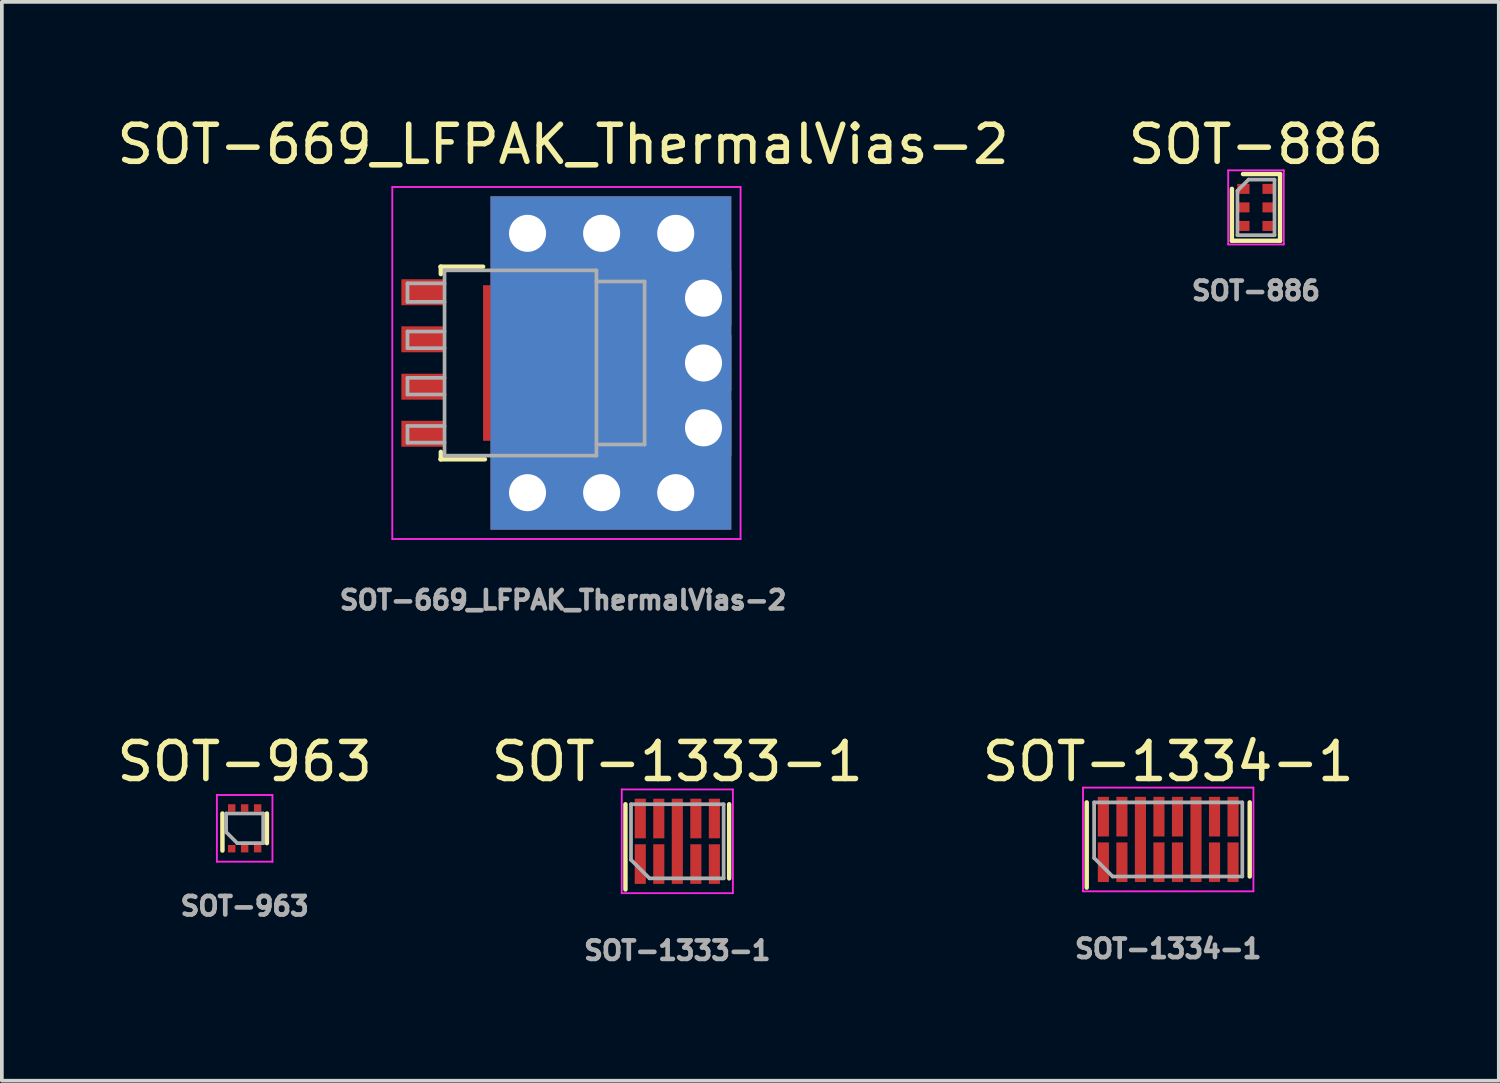
<source format=kicad_pcb>
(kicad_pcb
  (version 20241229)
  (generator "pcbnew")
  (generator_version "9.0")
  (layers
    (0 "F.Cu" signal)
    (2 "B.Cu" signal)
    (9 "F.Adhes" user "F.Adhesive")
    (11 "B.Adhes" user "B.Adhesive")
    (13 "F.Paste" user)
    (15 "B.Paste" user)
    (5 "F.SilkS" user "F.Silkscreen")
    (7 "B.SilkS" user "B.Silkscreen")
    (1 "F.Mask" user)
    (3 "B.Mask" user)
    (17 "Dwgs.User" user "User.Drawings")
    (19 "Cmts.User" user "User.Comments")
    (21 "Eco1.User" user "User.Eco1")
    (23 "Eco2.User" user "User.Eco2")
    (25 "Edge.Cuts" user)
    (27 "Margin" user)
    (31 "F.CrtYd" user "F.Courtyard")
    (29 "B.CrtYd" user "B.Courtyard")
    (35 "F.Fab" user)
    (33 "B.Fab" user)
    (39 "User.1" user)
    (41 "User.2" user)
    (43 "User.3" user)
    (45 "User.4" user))
  (footprint "SOT-669_LFPAK_ThermalVias-2"
    (layer "F.Cu")
    (at 11.219 6.748)
    (property "Reference" "SOT-669_LFPAK_ThermalVias-2" (at 0.93 -5.9 0) (layer "F.SilkS") (effects (font (size 1 1) (thickness 0.15))))
    (attr smd)
    (fp_line (start -2.38 -2.6) (end -1.23 -2.6) (stroke (width 0.12) (type solid)) (layer "F.SilkS"))
    (fp_line (start -2.38 2.6) (end -1.18 2.6) (stroke (width 0.12) (type solid)) (layer "F.SilkS"))
    (fp_line (start -2.37 -2.6) (end -2.37 -2.4) (stroke (width 0.12) (type solid)) (layer "F.SilkS"))
    (fp_line (start -2.37 2.4) (end -2.37 2.6) (stroke (width 0.12) (type solid)) (layer "F.SilkS"))
    (fp_line (start -3.68 4.75) (end -3.68 -4.75) (stroke (width 0.05) (type solid)) (layer "F.CrtYd"))
    (fp_line (start -3.68 4.75) (end 5.72 4.75) (stroke (width 0.05) (type solid)) (layer "F.CrtYd"))
    (fp_line (start 5.72 -4.75) (end -3.68 -4.75) (stroke (width 0.05) (type solid)) (layer "F.CrtYd"))
    (fp_line (start 5.72 -4.75) (end 5.72 4.75) (stroke (width 0.05) (type solid)) (layer "F.CrtYd"))
    (fp_line (start -3.27 -2.15) (end -3.27 -1.65) (stroke (width 0.1) (type solid)) (layer "F.Fab"))
    (fp_line (start -3.27 -2.15) (end -2.27 -2.15) (stroke (width 0.1) (type solid)) (layer "F.Fab"))
    (fp_line (start -3.27 -1.65) (end -2.27 -1.65) (stroke (width 0.1) (type solid)) (layer "F.Fab"))
    (fp_line (start -3.27 -0.85) (end -3.27 -0.4) (stroke (width 0.1) (type solid)) (layer "F.Fab"))
    (fp_line (start -3.27 -0.4) (end -2.27 -0.4) (stroke (width 0.1) (type solid)) (layer "F.Fab"))
    (fp_line (start -3.27 0.4) (end -3.27 0.85) (stroke (width 0.1) (type solid)) (layer "F.Fab"))
    (fp_line (start -3.27 0.85) (end -2.27 0.85) (stroke (width 0.1) (type solid)) (layer "F.Fab"))
    (fp_line (start -3.27 1.7) (end -3.27 2.15) (stroke (width 0.1) (type solid)) (layer "F.Fab"))
    (fp_line (start -3.27 2.15) (end -2.27 2.15) (stroke (width 0.1) (type solid)) (layer "F.Fab"))
    (fp_line (start -2.27 -2.5) (end -2.27 2.5) (stroke (width 0.1) (type solid)) (layer "F.Fab"))
    (fp_line (start -2.27 -0.85) (end -3.27 -0.85) (stroke (width 0.1) (type solid)) (layer "F.Fab"))
    (fp_line (start -2.27 0.4) (end -3.27 0.4) (stroke (width 0.1) (type solid)) (layer "F.Fab"))
    (fp_line (start -2.27 1.7) (end -3.27 1.7) (stroke (width 0.1) (type solid)) (layer "F.Fab"))
    (fp_line (start -2.27 2.5) (end 1.83 2.5) (stroke (width 0.1) (type solid)) (layer "F.Fab"))
    (fp_line (start 1.83 -2.5) (end -2.27 -2.5) (stroke (width 0.1) (type solid)) (layer "F.Fab"))
    (fp_line (start 1.83 2.5) (end 1.83 -2.5) (stroke (width 0.1) (type solid)) (layer "F.Fab"))
    (fp_line (start 3.13 -2.2) (end 1.83 -2.2) (stroke (width 0.1) (type solid)) (layer "F.Fab"))
    (fp_line (start 3.13 -2.2) (end 3.13 2.2) (stroke (width 0.1) (type solid)) (layer "F.Fab"))
    (fp_line (start 3.13 2.2) (end 1.83 2.2) (stroke (width 0.1) (type solid)) (layer "F.Fab"))
    (fp_text user "${REFERENCE}" (at 0.93 6.4 0) (layer "F.Fab") (effects (font (size 0.5 0.5) (thickness 0.125))))
    (pad "1" smd rect (at -2.86 -1.91 270) (size 0.7 1.15) (layers "F.Cu" "F.Mask" "F.Paste"))
    (pad "2" smd rect (at -2.86 -0.64 270) (size 0.7 1.15) (layers "F.Cu" "F.Mask" "F.Paste"))
    (pad "3" smd rect (at -2.86 0.64 270) (size 0.7 1.15) (layers "F.Cu" "F.Mask" "F.Paste"))
    (pad "4" smd rect (at -2.86 1.91 270) (size 0.7 1.15) (layers "F.Cu" "F.Mask" "F.Paste"))
    (pad "5" smd rect (at -0.68 -1.15) (size 0.6 0.9) (layers "F.Cu" "F.Mask" "F.Paste"))
    (pad "5" smd rect (at -0.68 0) (size 0.6 0.9) (layers "F.Cu" "F.Mask" "F.Paste"))
    (pad "5" smd rect (at -0.68 1.15) (size 0.6 0.9) (layers "F.Cu" "F.Mask" "F.Paste"))
    (pad "5" thru_hole rect (at -0.03 -3.5 270) (size 1.5 1.5) (drill 1) (layers "*.Cu" "*.Mask"))
    (pad "5" thru_hole rect (at -0.03 3.5 270) (size 1.5 1.5) (drill 1) (layers "*.Cu" "*.Mask"))
    (pad "5" smd rect (at 0.17 -1.15) (size 0.6 0.9) (layers "F.Cu" "F.Mask" "F.Paste"))
    (pad "5" smd rect (at 0.17 0) (size 0.6 0.9) (layers "F.Cu" "F.Mask" "F.Paste"))
    (pad "5" smd rect (at 0.17 1.15) (size 0.6 0.9) (layers "F.Cu" "F.Mask" "F.Paste"))
    (pad "5" smd rect (at 0.42 0 270) (size 4.2 3.3) (layers "F.Cu" "F.Mask" "F.Paste"))
    (pad "5" smd rect (at 1.02 -1.15) (size 0.6 0.9) (layers "F.Cu" "F.Mask" "F.Paste"))
    (pad "5" smd rect (at 1.02 0) (size 0.6 0.9) (layers "F.Cu" "F.Mask" "F.Paste"))
    (pad "5" smd rect (at 1.02 1.15) (size 0.6 0.9) (layers "F.Cu" "F.Mask" "F.Paste"))
    (pad "5" thru_hole rect (at 1.97 -3.5 270) (size 1.5 1.5) (drill 1) (layers "*.Cu" "*.Mask"))
    (pad "5" thru_hole rect (at 1.97 3.5 270) (size 1.5 1.5) (drill 1) (layers "*.Cu" "*.Mask"))
    (pad "5" smd rect (at 2.22 0 270) (size 9 6.5) (layers "F.Cu" "F.Mask" "F.Paste"))
    (pad "5" smd rect (at 2.22 0 270) (size 9 6.5) (layers "B.Cu" "B.Mask" "B.Paste"))
    (pad "5" smd rect (at 2.62 0 270) (size 4.7 1.55) (layers "F.Cu" "F.Mask" "F.Paste"))
    (pad "5" smd rect (at 2.87 -1.88 270) (size 0.6 0.9) (layers "F.Cu" "F.Mask" "F.Paste"))
    (pad "5" smd rect (at 2.87 -0.6 270) (size 0.6 0.9) (layers "F.Cu" "F.Mask" "F.Paste"))
    (pad "5" smd rect (at 2.87 0.6 270) (size 0.6 0.9) (layers "F.Cu" "F.Mask" "F.Paste"))
    (pad "5" smd rect (at 2.87 1.88 270) (size 0.6 0.9) (layers "F.Cu" "F.Mask" "F.Paste"))
    (pad "5" thru_hole rect (at 3.97 -3.5 270) (size 1.5 1.5) (drill 1) (layers "*.Cu" "*.Mask"))
    (pad "5" thru_hole rect (at 3.97 3.5 270) (size 1.5 1.5) (drill 1) (layers "*.Cu" "*.Mask"))
    (pad "5" thru_hole rect (at 4.72 -1.75 270) (size 1.5 1.5) (drill 1) (layers "*.Cu" "*.Mask"))
    (pad "5" thru_hole rect (at 4.72 0 270) (size 1.5 1.5) (drill 1) (layers "*.Cu" "*.Mask"))
    (pad "5" thru_hole rect (at 4.72 1.75 270) (size 1.5 1.5) (drill 1) (layers "*.Cu" "*.Mask")))
  (footprint "SOT-1334-1"
    (layer "F.Cu")
    (at 28.482 19.608)
    (property "Reference" "SOT-1334-1" (at 0 -2.1 0) (layer "F.SilkS") (effects (font (size 1 1) (thickness 0.15))))
    (attr smd)
    (fp_line (start -2.2 -1) (end -2.2 1.3) (stroke (width 0.12) (type solid)) (layer "F.SilkS"))
    (fp_line (start 2.2 -1) (end 2.2 1) (stroke (width 0.12) (type solid)) (layer "F.SilkS"))
    (fp_line (start -2.3 -1.4) (end 2.3 -1.4) (stroke (width 0.05) (type solid)) (layer "F.CrtYd"))
    (fp_line (start -2.3 1.4) (end -2.3 -1.4) (stroke (width 0.05) (type solid)) (layer "F.CrtYd"))
    (fp_line (start 2.3 -1.4) (end 2.3 1.4) (stroke (width 0.05) (type solid)) (layer "F.CrtYd"))
    (fp_line (start 2.3 1.4) (end -2.3 1.4) (stroke (width 0.05) (type solid)) (layer "F.CrtYd"))
    (fp_line (start -2 -1) (end 2 -1) (stroke (width 0.1) (type solid)) (layer "F.Fab"))
    (fp_line (start -2 0.5) (end -2 -1) (stroke (width 0.1) (type solid)) (layer "F.Fab"))
    (fp_line (start -1.5 1) (end -2 0.5) (stroke (width 0.1) (type solid)) (layer "F.Fab"))
    (fp_line (start 2 -1) (end 2 1) (stroke (width 0.1) (type solid)) (layer "F.Fab"))
    (fp_line (start 2 1) (end -1.5 1) (stroke (width 0.1) (type solid)) (layer "F.Fab"))
    (fp_text user "${REFERENCE}" (at 0 2.95 0) (layer "F.Fab") (effects (font (size 0.5 0.5) (thickness 0.125))))
    (pad "1" smd rect (at -1.75 0.615) (size 0.3 1.07) (layers "F.Cu" "F.Mask" "F.Paste"))
    (pad "2" smd rect (at -1.25 0.615) (size 0.3 1.07) (layers "F.Cu" "F.Mask" "F.Paste"))
    (pad "3" smd rect (at -0.75 0) (size 0.3 2.3) (layers "F.Cu" "F.Mask" "F.Paste"))
    (pad "4" smd rect (at -0.25 0.615) (size 0.3 1.07) (layers "F.Cu" "F.Mask" "F.Paste"))
    (pad "5" smd rect (at 0.25 0.615) (size 0.3 1.07) (layers "F.Cu" "F.Mask" "F.Paste"))
    (pad "6" smd rect (at 0.75 0) (size 0.3 2.3) (layers "F.Cu" "F.Mask" "F.Paste"))
    (pad "7" smd rect (at 1.25 0.615) (size 0.3 1.07) (layers "F.Cu" "F.Mask" "F.Paste"))
    (pad "8" smd rect (at 1.75 0.615) (size 0.3 1.07) (layers "F.Cu" "F.Mask" "F.Paste"))
    (pad "9" smd rect (at 1.75 -0.615) (size 0.3 1.07) (layers "F.Cu" "F.Mask" "F.Paste"))
    (pad "10" smd rect (at 1.25 -0.615) (size 0.3 1.07) (layers "F.Cu" "F.Mask" "F.Paste"))
    (pad "11" smd rect (at 0.25 -0.615) (size 0.3 1.07) (layers "F.Cu" "F.Mask" "F.Paste"))
    (pad "12" smd rect (at -0.25 -0.615) (size 0.3 1.07) (layers "F.Cu" "F.Mask" "F.Paste"))
    (pad "13" smd rect (at -1.25 -0.615) (size 0.3 1.07) (layers "F.Cu" "F.Mask" "F.Paste"))
    (pad "14" smd rect (at -1.75 -0.615) (size 0.3 1.07) (layers "F.Cu" "F.Mask" "F.Paste")))
  (footprint "SOT-1333-1"
    (layer "F.Cu")
    (at 15.232 19.658)
    (property "Reference" "SOT-1333-1" (at 0 -2.15 0) (layer "F.SilkS") (effects (font (size 1 1) (thickness 0.15))))
    (attr smd)
    (fp_line (start -1.4 -1) (end -1.4 1.3) (stroke (width 0.12) (type solid)) (layer "F.SilkS"))
    (fp_line (start 1.4 -1) (end 1.4 1) (stroke (width 0.12) (type solid)) (layer "F.SilkS"))
    (fp_line (start -1.5 -1.4) (end 1.5 -1.4) (stroke (width 0.05) (type solid)) (layer "F.CrtYd"))
    (fp_line (start -1.5 1.4) (end -1.5 -1.4) (stroke (width 0.05) (type solid)) (layer "F.CrtYd"))
    (fp_line (start 1.5 -1.4) (end 1.5 1.4) (stroke (width 0.05) (type solid)) (layer "F.CrtYd"))
    (fp_line (start 1.5 1.4) (end -1.5 1.4) (stroke (width 0.05) (type solid)) (layer "F.CrtYd"))
    (fp_line (start -1.25 -1) (end 1.25 -1) (stroke (width 0.1) (type solid)) (layer "F.Fab"))
    (fp_line (start -1.25 0.5) (end -1.25 -1) (stroke (width 0.1) (type solid)) (layer "F.Fab"))
    (fp_line (start -0.75 1) (end -1.25 0.5) (stroke (width 0.1) (type solid)) (layer "F.Fab"))
    (fp_line (start 1.25 -1) (end 1.25 1) (stroke (width 0.1) (type solid)) (layer "F.Fab"))
    (fp_line (start 1.25 1) (end -0.75 1) (stroke (width 0.1) (type solid)) (layer "F.Fab"))
    (fp_text user "${REFERENCE}" (at 0 2.95 0) (layer "F.Fab") (effects (font (size 0.5 0.5) (thickness 0.125))))
    (pad "1" smd rect (at -1 0.615) (size 0.3 1.07) (layers "F.Cu" "F.Mask" "F.Paste"))
    (pad "2" smd rect (at -0.5 0.615) (size 0.3 1.07) (layers "F.Cu" "F.Mask" "F.Paste"))
    (pad "3" smd rect (at 0 0) (size 0.3 2.3) (layers "F.Cu" "F.Mask" "F.Paste"))
    (pad "4" smd rect (at 0.5 0.615) (size 0.3 1.07) (layers "F.Cu" "F.Mask" "F.Paste"))
    (pad "5" smd rect (at 1 0.615) (size 0.3 1.07) (layers "F.Cu" "F.Mask" "F.Paste"))
    (pad "6" smd rect (at 1 -0.615) (size 0.3 1.07) (layers "F.Cu" "F.Mask" "F.Paste"))
    (pad "7" smd rect (at 0.5 -0.615) (size 0.3 1.07) (layers "F.Cu" "F.Mask" "F.Paste"))
    (pad "8" smd rect (at -0.5 -0.615) (size 0.3 1.07) (layers "F.Cu" "F.Mask" "F.Paste"))
    (pad "9" smd rect (at -1 -0.615) (size 0.3 1.07) (layers "F.Cu" "F.Mask" "F.Paste")))
  (footprint "SOT-886"
    (layer "F.Cu")
    (at 30.851 2.548)
    (property "Reference" "SOT-886" (at 0 -1.7 180) (layer "F.SilkS") (effects (font (size 1 1) (thickness 0.15))))
    (attr smd)
    (fp_line (start -0.65 -0.5) (end -0.65 0.9) (stroke (width 0.12) (type solid)) (layer "F.SilkS"))
    (fp_line (start -0.65 0.9) (end 0.65 0.9) (stroke (width 0.12) (type solid)) (layer "F.SilkS"))
    (fp_line (start 0.65 -0.9) (end -0.35 -0.9) (stroke (width 0.12) (type solid)) (layer "F.SilkS"))
    (fp_line (start 0.65 0.9) (end 0.65 -0.9) (stroke (width 0.12) (type solid)) (layer "F.SilkS"))
    (fp_line (start -0.75 -1) (end -0.75 1) (stroke (width 0.05) (type solid)) (layer "F.CrtYd"))
    (fp_line (start -0.75 -1) (end 0.75 -1) (stroke (width 0.05) (type solid)) (layer "F.CrtYd"))
    (fp_line (start 0.75 1) (end -0.75 1) (stroke (width 0.05) (type solid)) (layer "F.CrtYd"))
    (fp_line (start 0.75 1) (end 0.75 -1) (stroke (width 0.05) (type solid)) (layer "F.CrtYd"))
    (fp_line (start -0.5 -0.45) (end -0.5 0.75) (stroke (width 0.1) (type solid)) (layer "F.Fab"))
    (fp_line (start -0.5 0.75) (end 0.5 0.75) (stroke (width 0.1) (type solid)) (layer "F.Fab"))
    (fp_line (start -0.2 -0.75) (end -0.5 -0.45) (stroke (width 0.1) (type solid)) (layer "F.Fab"))
    (fp_line (start 0.5 -0.75) (end -0.2 -0.75) (stroke (width 0.1) (type solid)) (layer "F.Fab"))
    (fp_line (start 0.5 0.75) (end 0.5 -0.75) (stroke (width 0.1) (type solid)) (layer "F.Fab"))
    (fp_text user "${REFERENCE}" (at 0 2.25 0) (layer "F.Fab") (effects (font (size 0.5 0.5) (thickness 0.125))))
    (pad "1" smd rect (at -0.34 -0.5) (size 0.33 0.27) (layers "F.Cu" "F.Mask" "F.Paste"))
    (pad "2" smd rect (at -0.34 0) (size 0.33 0.27) (layers "F.Cu" "F.Mask" "F.Paste"))
    (pad "3" smd rect (at -0.34 0.5) (size 0.33 0.27) (layers "F.Cu" "F.Mask" "F.Paste"))
    (pad "4" smd rect (at 0.34 0.5) (size 0.33 0.27) (layers "F.Cu" "F.Mask" "F.Paste"))
    (pad "5" smd rect (at 0.34 0) (size 0.33 0.27) (layers "F.Cu" "F.Mask" "F.Paste"))
    (pad "6" smd rect (at 0.34 -0.5) (size 0.33 0.27) (layers "F.Cu" "F.Mask" "F.Paste")))
  (footprint "SOT-963"
    (layer "F.Cu")
    (at 3.554 19.308)
    (property "Reference" "SOT-963" (at 0 -1.8 0) (layer "F.SilkS") (effects (font (size 1 1) (thickness 0.15))))
    (attr smd)
    (fp_line (start -0.6 -0.4) (end -0.6 0.6) (stroke (width 0.12) (type solid)) (layer "F.SilkS"))
    (fp_line (start 0.6 -0.4) (end 0.6 0.4) (stroke (width 0.12) (type solid)) (layer "F.SilkS"))
    (fp_line (start -0.75 -0.9) (end 0.75 -0.9) (stroke (width 0.05) (type solid)) (layer "F.CrtYd"))
    (fp_line (start -0.75 0.9) (end -0.75 -0.9) (stroke (width 0.05) (type solid)) (layer "F.CrtYd"))
    (fp_line (start 0.75 -0.9) (end 0.75 0.9) (stroke (width 0.05) (type solid)) (layer "F.CrtYd"))
    (fp_line (start 0.75 0.9) (end -0.75 0.9) (stroke (width 0.05) (type solid)) (layer "F.CrtYd"))
    (fp_line (start -0.5 -0.4) (end 0.5 -0.4) (stroke (width 0.1) (type solid)) (layer "F.Fab"))
    (fp_line (start -0.5 0.1) (end -0.5 -0.4) (stroke (width 0.1) (type solid)) (layer "F.Fab"))
    (fp_line (start -0.2 0.4) (end -0.5 0.1) (stroke (width 0.1) (type solid)) (layer "F.Fab"))
    (fp_line (start 0.5 -0.4) (end 0.5 0.4) (stroke (width 0.1) (type solid)) (layer "F.Fab"))
    (fp_line (start 0.5 0.4) (end -0.2 0.4) (stroke (width 0.1) (type solid)) (layer "F.Fab"))
    (fp_text user "${REFERENCE}" (at 0 2.1 0) (layer "F.Fab") (effects (font (size 0.5 0.5) (thickness 0.125))))
    (pad "1" smd rect (at -0.35 0.55) (size 0.2 0.2) (layers "F.Cu" "F.Mask" "F.Paste"))
    (pad "2" smd rect (at 0 0.55) (size 0.2 0.2) (layers "F.Cu" "F.Mask" "F.Paste"))
    (pad "3" smd rect (at 0.35 0.55) (size 0.2 0.2) (layers "F.Cu" "F.Mask" "F.Paste"))
    (pad "4" smd rect (at 0.35 -0.55) (size 0.2 0.2) (layers "F.Cu" "F.Mask" "F.Paste"))
    (pad "5" smd rect (at 0 -0.55) (size 0.2 0.2) (layers "F.Cu" "F.Mask" "F.Paste"))
    (pad "6" smd rect (at -0.35 -0.55) (size 0.2 0.2) (layers "F.Cu" "F.Mask" "F.Paste")))
  (gr_rect
    (start -3 -3)
    (end 37.405 26.12)
    (stroke (width 0.1) (type default))
    (fill no)
    (layer "Edge.Cuts")))
</source>
